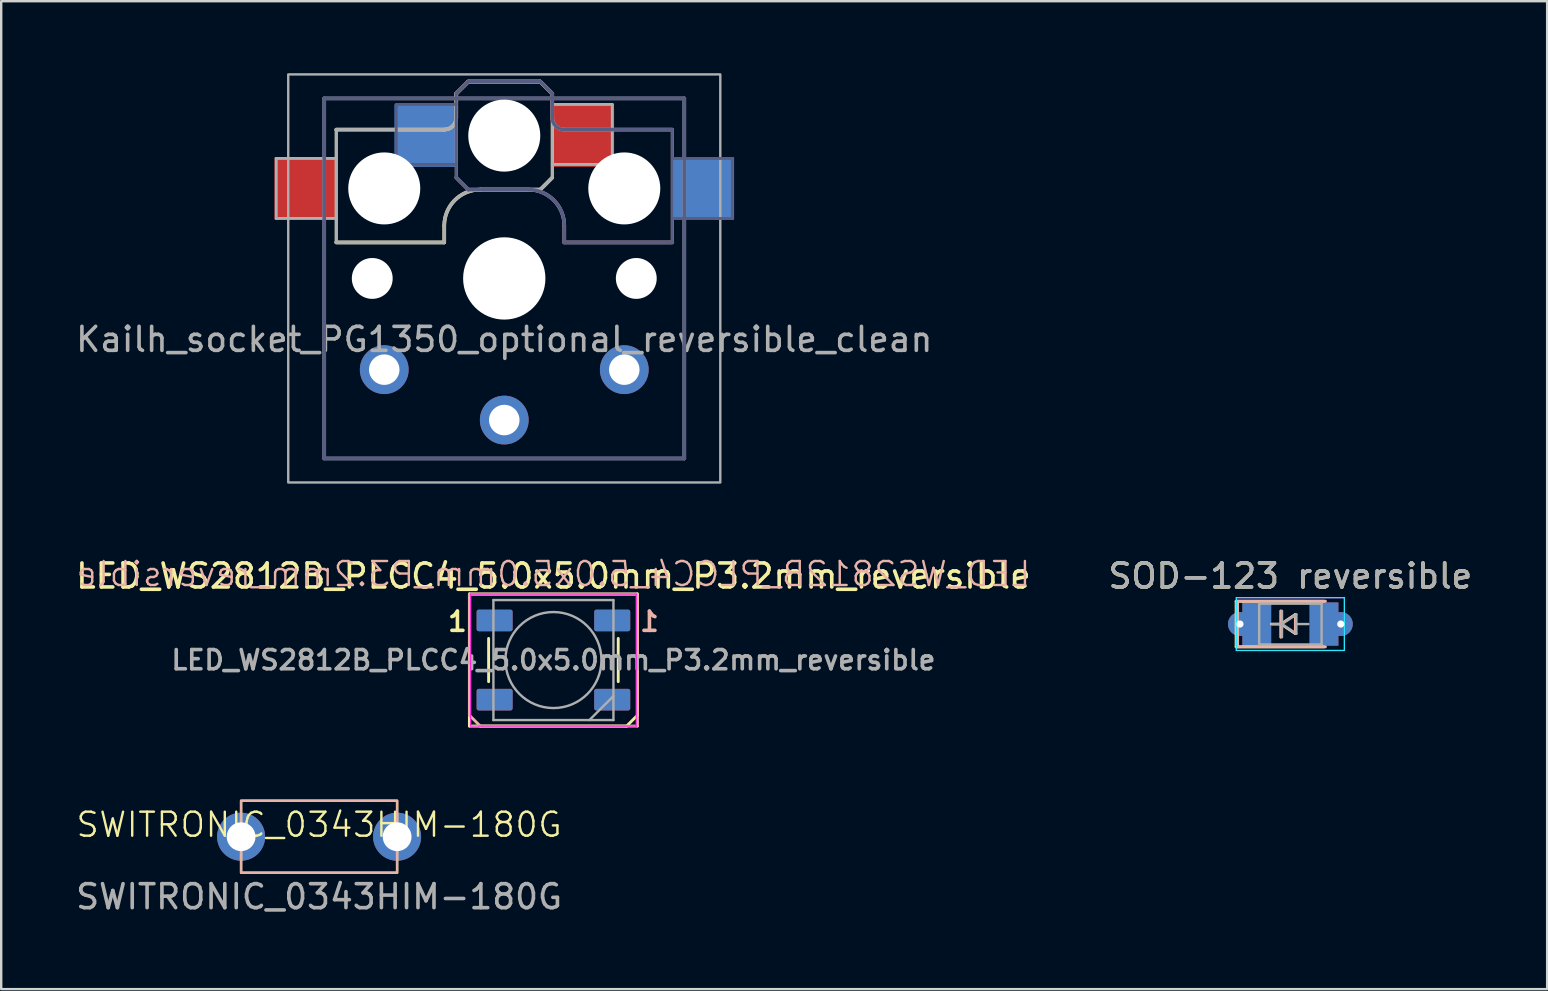
<source format=kicad_pcb>
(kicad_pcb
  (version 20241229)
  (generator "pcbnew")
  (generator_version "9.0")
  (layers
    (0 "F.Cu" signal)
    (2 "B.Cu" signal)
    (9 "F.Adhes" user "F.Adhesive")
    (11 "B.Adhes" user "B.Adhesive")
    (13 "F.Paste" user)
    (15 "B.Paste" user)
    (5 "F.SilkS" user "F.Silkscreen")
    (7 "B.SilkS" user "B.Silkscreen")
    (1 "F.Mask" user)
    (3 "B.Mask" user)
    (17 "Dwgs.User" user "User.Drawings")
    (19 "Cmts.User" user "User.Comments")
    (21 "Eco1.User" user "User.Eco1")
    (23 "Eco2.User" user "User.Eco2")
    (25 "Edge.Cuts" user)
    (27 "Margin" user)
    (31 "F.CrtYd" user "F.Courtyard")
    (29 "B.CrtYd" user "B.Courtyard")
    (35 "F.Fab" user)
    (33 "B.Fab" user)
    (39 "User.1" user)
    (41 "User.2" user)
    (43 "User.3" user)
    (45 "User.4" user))
  (footprint "SWITRONIC_0343HIM-180G"
    (layer "F.Cu")
    (at 10.244 31.808)
    (property "Reference" "SWITRONIC_0343HIM-180G" (at 0 -0.5 0) (unlocked yes) (layer "F.SilkS") (effects (font (size 1 1) (thickness 0.1))))
    (attr through_hole)
    (fp_rect (start -3.25 -1.5) (end 3.25 1.5) (stroke (width 0.1) (type default)) (fill no) (layer "F.SilkS"))
    (fp_rect (start -3.25 -1.5) (end 3.25 1.5) (stroke (width 0.1) (type default)) (fill no) (layer "B.SilkS"))
    (fp_text user "${REFERENCE}" (at 0 2.5 0) (unlocked yes) (layer "F.Fab") (effects (font (size 1 1) (thickness 0.15))))
    (pad "1" thru_hole circle (at -3.25 0) (size 2 2) (drill 1.2) (layers "*.Cu" "*.Mask"))
    (pad "2" thru_hole circle (at 3.25 0) (size 2 2) (drill 1.2) (layers "*.Cu" "*.Mask")))
  (footprint "LED_WS2812B_PLCC4_5.0x5.0mm_P3.2mm_reversible"
    (layer "F.Cu")
    (at 20.006 24.448)
    (property "Reference" "LED_WS2812B_PLCC4_5.0x5.0mm_P3.2mm_reversible" (at 0 -3.5 0) (layer "F.SilkS") (effects (font (size 1 1) (thickness 0.15))))
    (attr smd)
    (fp_line (start -3.5 -2.75) (end -3.5 2.75) (stroke (width 0.12) (type default)) (layer "F.SilkS"))
    (fp_line (start -3.5 -2.75) (end 3.5 -2.75) (stroke (width 0.12) (type solid)) (layer "F.SilkS"))
    (fp_line (start -3.5 2.75) (end 3.05 2.75) (stroke (width 0.12) (type solid)) (layer "F.SilkS"))
    (fp_line (start -2.7 0.9) (end -2.7 -0.9) (stroke (width 0.12) (type default)) (layer "F.SilkS"))
    (fp_line (start 2.7 0.9) (end 2.7 -0.9) (stroke (width 0.12) (type default)) (layer "F.SilkS"))
    (fp_line (start 3.05 2.75) (end 3.5 2.3) (stroke (width 0.12) (type default)) (layer "F.SilkS"))
    (fp_line (start 3.5 2.3) (end 3.5 -2.75) (stroke (width 0.12) (type default)) (layer "F.SilkS"))
    (fp_line (start -3.5 2.3) (end -3.5 -2.75) (stroke (width 0.12) (type default)) (layer "B.SilkS"))
    (fp_line (start -3.05 2.75) (end -3.5 2.3) (stroke (width 0.12) (type default)) (layer "B.SilkS"))
    (fp_line (start 3.5 -2.75) (end -3.5 -2.75) (stroke (width 0.12) (type solid)) (layer "B.SilkS"))
    (fp_line (start 3.5 -2.75) (end 3.5 2.75) (stroke (width 0.12) (type default)) (layer "B.SilkS"))
    (fp_line (start 3.5 2.75) (end -3.05 2.75) (stroke (width 0.12) (type solid)) (layer "B.SilkS"))
    (fp_line (start -3.45 -2.75) (end -3.45 2.75) (stroke (width 0.05) (type solid)) (layer "F.CrtYd"))
    (fp_line (start -3.45 2.75) (end 3.45 2.75) (stroke (width 0.05) (type solid)) (layer "F.CrtYd"))
    (fp_line (start 3.45 -2.75) (end -3.45 -2.75) (stroke (width 0.05) (type solid)) (layer "F.CrtYd"))
    (fp_line (start 3.45 2.75) (end 3.45 -2.75) (stroke (width 0.05) (type solid)) (layer "F.CrtYd"))
    (fp_line (start -2.5 -2.5) (end -2.5 2.5) (stroke (width 0.1) (type solid)) (layer "F.Fab"))
    (fp_line (start -2.5 2.5) (end 2.5 2.5) (stroke (width 0.1) (type solid)) (layer "F.Fab"))
    (fp_line (start 2.5 -2.5) (end -2.5 -2.5) (stroke (width 0.1) (type solid)) (layer "F.Fab"))
    (fp_line (start 2.5 1.5) (end 1.5 2.5) (stroke (width 0.1) (type solid)) (layer "F.Fab"))
    (fp_line (start 2.5 2.5) (end 2.5 -2.5) (stroke (width 0.1) (type solid)) (layer "F.Fab"))
    (fp_circle (center 0 0) (end 0 -2) (stroke (width 0.1) (type solid)) (fill no) (layer "F.Fab"))
    (fp_text user "1" (at -4 -1.6 0) (unlocked yes) (layer "F.SilkS") (effects (font (size 0.8 0.8) (thickness 0.15))))
    (fp_text user "1" (at 4 -1.6 0) (unlocked yes) (layer "B.SilkS") (effects (font (size 0.8 0.8) (thickness 0.15)) (justify mirror)))
    (fp_text user "${REFERENCE}" (at 0 -3 0) (unlocked yes) (layer "B.SilkS") (effects (font (size 1 1) (thickness 0.1)) (justify bottom mirror)))
    (fp_text user "${REFERENCE}" (at 0 0 0) (layer "F.Fab") (effects (font (size 0.8 0.8) (thickness 0.15))))
    (pad "1" smd roundrect (at -2.45 -1.65) (size 1.5 0.9) (layers "F.Cu" "F.Mask" "F.Paste") (roundrect_rratio 0.1))
    (pad "1" smd roundrect (at 2.45 -1.65) (size 1.5 0.9) (layers "B.Cu" "B.Mask" "B.Paste") (roundrect_rratio 0.1))
    (pad "2" smd roundrect (at -2.45 1.65) (size 1.5 0.9) (layers "F.Cu" "F.Mask" "F.Paste") (roundrect_rratio 0.1))
    (pad "2" smd roundrect (at 2.45 1.65) (size 1.5 0.9) (layers "B.Cu" "B.Mask" "B.Paste") (roundrect_rratio 0.1))
    (pad "3" smd roundrect (at -2.45 1.65) (size 1.5 0.9) (layers "B.Cu" "B.Mask" "B.Paste") (roundrect_rratio 0.1))
    (pad "3" smd roundrect (at 2.45 1.65) (size 1.5 0.9) (layers "F.Cu" "F.Mask" "F.Paste") (roundrect_rratio 0.1))
    (pad "4" smd roundrect (at -2.45 -1.65) (size 1.5 0.9) (layers "B.Cu" "B.Mask" "B.Paste") (roundrect_rratio 0.1))
    (pad "4" smd roundrect (at 2.45 -1.65) (size 1.5 0.9) (layers "F.Cu" "F.Mask" "F.Paste") (roundrect_rratio 0.1)))
  (footprint "Kailh_socket_PG1350_optional_reversible_clean"
    (layer "F.Cu")
    (at 17.958 8.55)
    (property "Reference" "Kailh_socket_PG1350_optional_reversible_clean" (at 0 2.54 0) (layer "F.Fab") (effects (font (size 1 1) (thickness 0.15))))
    (attr through_hole)
    (fp_line (start -7 -6.2) (end -2.5 -6.2) (stroke (width 0.15) (type solid)) (layer "F.SilkS"))
    (fp_line (start -7 -1.5) (end -7 -6.2) (stroke (width 0.12) (type solid)) (layer "F.SilkS"))
    (fp_line (start -2.5 -2.2) (end -2.5 -1.5) (stroke (width 0.15) (type solid)) (layer "F.SilkS"))
    (fp_line (start -2.5 -1.5) (end -7 -1.5) (stroke (width 0.15) (type solid)) (layer "F.SilkS"))
    (fp_line (start -2 -6.7) (end -2 -7.7) (stroke (width 0.15) (type solid)) (layer "F.SilkS"))
    (fp_line (start -1.5 -8.2) (end -2 -7.7) (stroke (width 0.15) (type solid)) (layer "F.SilkS"))
    (fp_line (start 1.5 -8.2) (end -1.5 -8.2) (stroke (width 0.15) (type solid)) (layer "F.SilkS"))
    (fp_line (start 1.5 -3.7) (end -1 -3.7) (stroke (width 0.15) (type solid)) (layer "F.SilkS"))
    (fp_line (start 2 -7.7) (end 1.5 -8.2) (stroke (width 0.15) (type solid)) (layer "F.SilkS"))
    (fp_line (start 2 -4.25) (end 2 -7.7) (stroke (width 0.12) (type solid)) (layer "F.SilkS"))
    (fp_line (start 2 -4.2) (end 1.5 -3.7) (stroke (width 0.15) (type solid)) (layer "F.SilkS"))
    (fp_arc (start -2.5 -2.2) (mid -2.06066 -3.26066) (end -1 -3.7) (stroke (width 0.15) (type solid)) (layer "F.SilkS"))
    (fp_arc (start -2 -6.7) (mid -2.146447 -6.346447) (end -2.5 -6.2) (stroke (width 0.15) (type solid)) (layer "F.SilkS"))
    (fp_line (start -2 -7.7) (end -1.5 -8.2) (stroke (width 0.15) (type solid)) (layer "B.SilkS"))
    (fp_line (start -2 -4.25) (end -2 -7.7) (stroke (width 0.12) (type solid)) (layer "B.SilkS"))
    (fp_line (start -2 -4.2) (end -1.5 -3.7) (stroke (width 0.15) (type solid)) (layer "B.SilkS"))
    (fp_line (start -1.5 -8.2) (end 1.5 -8.2) (stroke (width 0.15) (type solid)) (layer "B.SilkS"))
    (fp_line (start -1.5 -3.7) (end 1 -3.7) (stroke (width 0.15) (type solid)) (layer "B.SilkS"))
    (fp_line (start 1.5 -8.2) (end 2 -7.7) (stroke (width 0.15) (type solid)) (layer "B.SilkS"))
    (fp_line (start 2 -6.7) (end 2 -7.7) (stroke (width 0.15) (type solid)) (layer "B.SilkS"))
    (fp_line (start 2.5 -2.2) (end 2.5 -1.5) (stroke (width 0.15) (type solid)) (layer "B.SilkS"))
    (fp_line (start 2.5 -1.5) (end 7 -1.5) (stroke (width 0.15) (type solid)) (layer "B.SilkS"))
    (fp_line (start 7 -6.2) (end 2.5 -6.2) (stroke (width 0.15) (type solid)) (layer "B.SilkS"))
    (fp_line (start 7 -1.5) (end 7 -6.2) (stroke (width 0.12) (type solid)) (layer "B.SilkS"))
    (fp_arc (start 1 -3.7) (mid 2.06066 -3.26066) (end 2.5 -2.2) (stroke (width 0.15) (type solid)) (layer "B.SilkS"))
    (fp_arc (start 2.5 -6.2) (mid 2.146447 -6.346447) (end 2 -6.7) (stroke (width 0.15) (type solid)) (layer "B.SilkS"))
    (fp_line (start -6.9 6.9) (end -6.9 -6.9) (stroke (width 0.15) (type solid)) (layer "Eco2.User"))
    (fp_line (start -6.9 6.9) (end 6.9 6.9) (stroke (width 0.15) (type solid)) (layer "Eco2.User"))
    (fp_line (start -2.6 -3.1) (end -2.6 -6.3) (stroke (width 0.15) (type solid)) (layer "Eco2.User"))
    (fp_line (start -2.6 -3.1) (end 2.6 -3.1) (stroke (width 0.15) (type solid)) (layer "Eco2.User"))
    (fp_line (start 2.6 -6.3) (end -2.6 -6.3) (stroke (width 0.15) (type solid)) (layer "Eco2.User"))
    (fp_line (start 2.6 -3.1) (end 2.6 -6.3) (stroke (width 0.15) (type solid)) (layer "Eco2.User"))
    (fp_line (start 6.9 -6.9) (end -6.9 -6.9) (stroke (width 0.15) (type solid)) (layer "Eco2.User"))
    (fp_line (start 6.9 -6.9) (end 6.9 6.9) (stroke (width 0.15) (type solid)) (layer "Eco2.User"))
    (fp_line (start -7.5 -7.5) (end 7.5 -7.5) (stroke (width 0.15) (type solid)) (layer "B.Fab"))
    (fp_line (start -7.5 7.5) (end -7.5 -7.5) (stroke (width 0.15) (type solid)) (layer "B.Fab"))
    (fp_line (start -4.5 -7.25) (end -2 -7.25) (stroke (width 0.12) (type solid)) (layer "B.Fab"))
    (fp_line (start -4.5 -4.75) (end -4.5 -7.25) (stroke (width 0.12) (type solid)) (layer "B.Fab"))
    (fp_line (start -2 -7.7) (end -1.5 -8.2) (stroke (width 0.15) (type solid)) (layer "B.Fab"))
    (fp_line (start -2 -4.75) (end -4.5 -4.75) (stroke (width 0.12) (type solid)) (layer "B.Fab"))
    (fp_line (start -2 -4.25) (end -2 -7.7) (stroke (width 0.12) (type solid)) (layer "B.Fab"))
    (fp_line (start -2 -4.2) (end -1.5 -3.7) (stroke (width 0.15) (type solid)) (layer "B.Fab"))
    (fp_line (start -1.5 -8.2) (end 1.5 -8.2) (stroke (width 0.15) (type solid)) (layer "B.Fab"))
    (fp_line (start -1.5 -3.7) (end 1 -3.7) (stroke (width 0.15) (type solid)) (layer "B.Fab"))
    (fp_line (start 1.5 -8.2) (end 2 -7.7) (stroke (width 0.15) (type solid)) (layer "B.Fab"))
    (fp_line (start 2 -6.7) (end 2 -7.7) (stroke (width 0.15) (type solid)) (layer "B.Fab"))
    (fp_line (start 2.5 -2.2) (end 2.5 -1.5) (stroke (width 0.15) (type solid)) (layer "B.Fab"))
    (fp_line (start 2.5 -1.5) (end 7 -1.5) (stroke (width 0.15) (type solid)) (layer "B.Fab"))
    (fp_line (start 7 -6.2) (end 2.5 -6.2) (stroke (width 0.15) (type solid)) (layer "B.Fab"))
    (fp_line (start 7 -5) (end 9.5 -5) (stroke (width 0.12) (type solid)) (layer "B.Fab"))
    (fp_line (start 7 -1.5) (end 7 -6.2) (stroke (width 0.12) (type solid)) (layer "B.Fab"))
    (fp_line (start 7.5 -7.5) (end 7.5 7.5) (stroke (width 0.15) (type solid)) (layer "B.Fab"))
    (fp_line (start 7.5 7.5) (end -7.5 7.5) (stroke (width 0.15) (type solid)) (layer "B.Fab"))
    (fp_line (start 9.5 -5) (end 9.5 -2.5) (stroke (width 0.12) (type solid)) (layer "B.Fab"))
    (fp_line (start 9.5 -2.5) (end 7 -2.5) (stroke (width 0.12) (type solid)) (layer "B.Fab"))
    (fp_arc (start 1 -3.7) (mid 2.06066 -3.26066) (end 2.5 -2.2) (stroke (width 0.15) (type solid)) (layer "B.Fab"))
    (fp_arc (start 2.5 -6.2) (mid 2.146447 -6.346447) (end 2 -6.7) (stroke (width 0.15) (type solid)) (layer "B.Fab"))
    (fp_line (start -9.5 -5) (end -9.5 -2.5) (stroke (width 0.12) (type solid)) (layer "F.Fab"))
    (fp_line (start -9.5 -2.5) (end -7 -2.5) (stroke (width 0.12) (type solid)) (layer "F.Fab"))
    (fp_line (start -7.5 -7.5) (end 7.5 -7.5) (stroke (width 0.15) (type solid)) (layer "F.Fab"))
    (fp_line (start -7.5 7.5) (end -7.5 -7.5) (stroke (width 0.15) (type solid)) (layer "F.Fab"))
    (fp_line (start -7 -6.2) (end -2.5 -6.2) (stroke (width 0.15) (type solid)) (layer "F.Fab"))
    (fp_line (start -7 -5) (end -9.5 -5) (stroke (width 0.12) (type solid)) (layer "F.Fab"))
    (fp_line (start -7 -1.5) (end -7 -6.2) (stroke (width 0.12) (type solid)) (layer "F.Fab"))
    (fp_line (start -2.5 -2.2) (end -2.5 -1.5) (stroke (width 0.15) (type solid)) (layer "F.Fab"))
    (fp_line (start -2.5 -1.5) (end -7 -1.5) (stroke (width 0.15) (type solid)) (layer "F.Fab"))
    (fp_line (start -2 -6.7) (end -2 -7.7) (stroke (width 0.15) (type solid)) (layer "F.Fab"))
    (fp_line (start -1.5 -8.2) (end -2 -7.7) (stroke (width 0.15) (type solid)) (layer "F.Fab"))
    (fp_line (start 1.5 -8.2) (end -1.5 -8.2) (stroke (width 0.15) (type solid)) (layer "F.Fab"))
    (fp_line (start 1.5 -3.7) (end -1 -3.7) (stroke (width 0.15) (type solid)) (layer "F.Fab"))
    (fp_line (start 2 -7.7) (end 1.5 -8.2) (stroke (width 0.15) (type solid)) (layer "F.Fab"))
    (fp_line (start 2 -4.75) (end 4.5 -4.75) (stroke (width 0.12) (type solid)) (layer "F.Fab"))
    (fp_line (start 2 -4.25) (end 2 -7.7) (stroke (width 0.12) (type solid)) (layer "F.Fab"))
    (fp_line (start 2 -4.2) (end 1.5 -3.7) (stroke (width 0.15) (type solid)) (layer "F.Fab"))
    (fp_line (start 4.5 -7.25) (end 2 -7.25) (stroke (width 0.12) (type solid)) (layer "F.Fab"))
    (fp_line (start 4.5 -4.75) (end 4.5 -7.25) (stroke (width 0.12) (type solid)) (layer "F.Fab"))
    (fp_line (start 7.5 -7.5) (end 7.5 7.5) (stroke (width 0.15) (type solid)) (layer "F.Fab"))
    (fp_line (start 7.5 7.5) (end -7.5 7.5) (stroke (width 0.15) (type solid)) (layer "F.Fab"))
    (fp_rect (start -9 -8.5) (end 9 8.5) (stroke (width 0.1) (type default)) (fill no) (layer "F.Fab"))
    (fp_arc (start -2.5 -2.2) (mid -2.06066 -3.26066) (end -1 -3.7) (stroke (width 0.15) (type solid)) (layer "F.Fab"))
    (fp_arc (start -2 -6.7) (mid -2.146447 -6.346447) (end -2.5 -6.2) (stroke (width 0.15) (type solid)) (layer "F.Fab"))
    (pad "" np_thru_hole circle (at -5.5 0) (size 1.702 1.702) (drill 1.702) (layers "*.Cu" "*.Mask"))
    (pad "" np_thru_hole circle (at -5 -3.75) (size 3 3) (drill 3) (layers "*.Cu" "*.Mask"))
    (pad "" np_thru_hole circle (at 0 -5.95) (size 3 3) (drill 3) (layers "*.Cu" "*.Mask"))
    (pad "" np_thru_hole circle (at 0 0) (size 3.429 3.429) (drill 3.429) (layers "*.Cu" "*.Mask"))
    (pad "" np_thru_hole circle (at 5 -3.75) (size 3 3) (drill 3) (layers "*.Cu" "*.Mask"))
    (pad "" np_thru_hole circle (at 5.5 0) (size 1.702 1.702) (drill 1.702) (layers "*.Cu" "*.Mask"))
    (pad "1" smd rect (at -3.275 -5.95) (size 2.6 2.6) (layers "B.Cu" "B.Mask" "B.Paste"))
    (pad "1" thru_hole circle (at 0 5.9) (size 2.032 2.032) (drill 1.27) (layers "*.Cu" "*.Mask"))
    (pad "1" smd rect (at 3.275 -5.95) (size 2.6 2.6) (layers "F.Cu" "F.Mask" "F.Paste"))
    (pad "2" smd rect (at -8.275 -3.75) (size 2.6 2.6) (layers "F.Cu" "F.Mask" "F.Paste"))
    (pad "2" thru_hole circle (at -5 3.8) (size 2.032 2.032) (drill 1.27) (layers "*.Cu" "*.Mask"))
    (pad "2" thru_hole circle (at 5 3.8) (size 2.032 2.032) (drill 1.27) (layers "*.Cu" "*.Mask"))
    (pad "2" smd rect (at 8.275 -3.75) (size 2.6 2.6) (layers "B.Cu" "B.Mask" "B.Paste")))
  (footprint "SOD-123 reversible"
    (layer "F.Cu")
    (at 50.708 22.948)
    (property "Reference" "SOD-123 reversible" (at 0 -2 0) (layer "F.SilkS") (effects (font (size 1 1) (thickness 0.15))))
    (attr smd)
    (fp_line (start -2.26 -0.95) (end -2.26 0.95) (stroke (width 0.12) (type solid)) (layer "F.SilkS"))
    (fp_line (start -2.26 -0.95) (end 1.4 -0.95) (stroke (width 0.12) (type solid)) (layer "F.SilkS"))
    (fp_line (start -2.26 0.95) (end 1.4 0.95) (stroke (width 0.12) (type solid)) (layer "F.SilkS"))
    (fp_line (start -0.8 0) (end -0.4 0) (stroke (width 0.1) (type solid)) (layer "F.SilkS"))
    (fp_line (start -0.4 -0.55) (end -0.4 0.55) (stroke (width 0.1) (type solid)) (layer "F.SilkS"))
    (fp_line (start -0.4 0) (end 0.2 -0.4) (stroke (width 0.1) (type solid)) (layer "F.SilkS"))
    (fp_line (start -0.4 0) (end 0.2 0.4) (stroke (width 0.1) (type solid)) (layer "F.SilkS"))
    (fp_line (start 0.2 -0.4) (end 0.2 0.4) (stroke (width 0.1) (type solid)) (layer "F.SilkS"))
    (fp_line (start -2.2 -0.95) (end 1.46 -0.95) (stroke (width 0.12) (type solid)) (layer "B.SilkS"))
    (fp_line (start -2.2 0.95) (end -2.2 -0.95) (stroke (width 0.12) (type solid)) (layer "B.SilkS"))
    (fp_line (start -2.2 0.95) (end 1.46 0.95) (stroke (width 0.12) (type solid)) (layer "B.SilkS"))
    (fp_line (start -0.8 0) (end -0.4 0) (stroke (width 0.1) (type solid)) (layer "B.SilkS"))
    (fp_line (start -0.4 0) (end 0.2 -0.4) (stroke (width 0.1) (type solid)) (layer "B.SilkS"))
    (fp_line (start -0.4 0) (end 0.2 0.4) (stroke (width 0.1) (type solid)) (layer "B.SilkS"))
    (fp_line (start -0.4 0.55) (end -0.4 -0.55) (stroke (width 0.1) (type solid)) (layer "B.SilkS"))
    (fp_line (start 0.2 0.4) (end 0.2 -0.4) (stroke (width 0.1) (type solid)) (layer "B.SilkS"))
    (fp_line (start -2.25 -1.1) (end -2.25 1.1) (stroke (width 0.05) (type solid)) (layer "B.CrtYd"))
    (fp_line (start -2.25 1.1) (end 2.25 1.1) (stroke (width 0.05) (type solid)) (layer "B.CrtYd"))
    (fp_line (start 2.25 -1.1) (end -2.25 -1.1) (stroke (width 0.05) (type solid)) (layer "B.CrtYd"))
    (fp_line (start 2.25 -1.1) (end 2.25 1.1) (stroke (width 0.05) (type solid)) (layer "B.CrtYd"))
    (fp_line (start -2.25 -1.1) (end -2.25 1.1) (stroke (width 0.05) (type solid)) (layer "F.CrtYd"))
    (fp_line (start -2.25 -1.1) (end 2.25 -1.1) (stroke (width 0.05) (type solid)) (layer "F.CrtYd"))
    (fp_line (start 2.25 -1.1) (end 2.25 1.1) (stroke (width 0.05) (type solid)) (layer "F.CrtYd"))
    (fp_line (start 2.25 1.1) (end -2.25 1.1) (stroke (width 0.05) (type solid)) (layer "F.CrtYd"))
    (fp_line (start -1.3 -0.85) (end 1.3 -0.85) (stroke (width 0.1) (type solid)) (layer "F.Fab"))
    (fp_line (start -1.3 0.85) (end -1.3 -0.85) (stroke (width 0.1) (type solid)) (layer "F.Fab"))
    (fp_line (start -0.75 0) (end -0.35 0) (stroke (width 0.1) (type solid)) (layer "F.Fab"))
    (fp_line (start -0.35 -0.55) (end -0.35 0.55) (stroke (width 0.1) (type solid)) (layer "F.Fab"))
    (fp_line (start -0.35 0) (end 0.25 -0.4) (stroke (width 0.1) (type solid)) (layer "F.Fab"))
    (fp_line (start -0.35 0) (end 0.25 0.4) (stroke (width 0.1) (type solid)) (layer "F.Fab"))
    (fp_line (start 0.25 -0.4) (end 0.25 0.4) (stroke (width 0.1) (type solid)) (layer "F.Fab"))
    (fp_line (start 0.75 0) (end 0.25 0) (stroke (width 0.1) (type solid)) (layer "F.Fab"))
    (fp_line (start 1.3 -0.85) (end 1.3 0.85) (stroke (width 0.1) (type solid)) (layer "F.Fab"))
    (fp_line (start 1.3 0.85) (end -1.3 0.85) (stroke (width 0.1) (type solid)) (layer "F.Fab"))
    (fp_text user "${REFERENCE}" (at 0 -2 0) (layer "F.Fab") (effects (font (size 1 1) (thickness 0.15))))
    (pad "1" thru_hole circle (at -2.1 0) (size 1 1) (drill 0.3) (layers "*.Cu" "*.Mask"))
    (pad "1" smd rect (at -1.4 0) (size 1.2 1.8) (layers "F.Cu" "F.Mask" "F.Paste"))
    (pad "1" smd rect (at -1.4 0) (size 1.2 1.8) (layers "B.Cu" "B.Mask" "B.Paste"))
    (pad "2" smd rect (at 1.4 0) (size 1.2 1.8) (layers "F.Cu" "F.Mask" "F.Paste"))
    (pad "2" smd rect (at 1.4 0) (size 1.2 1.8) (layers "B.Cu" "B.Mask" "B.Paste"))
    (pad "2" thru_hole circle (at 2.1 0) (size 1 1) (drill 0.3) (layers "*.Cu" "*.Mask")))
  (gr_rect
    (start -3 -3)
    (end 61.405 38.157)
    (stroke (width 0.1) (type default))
    (fill no)
    (layer "Edge.Cuts")))
</source>
